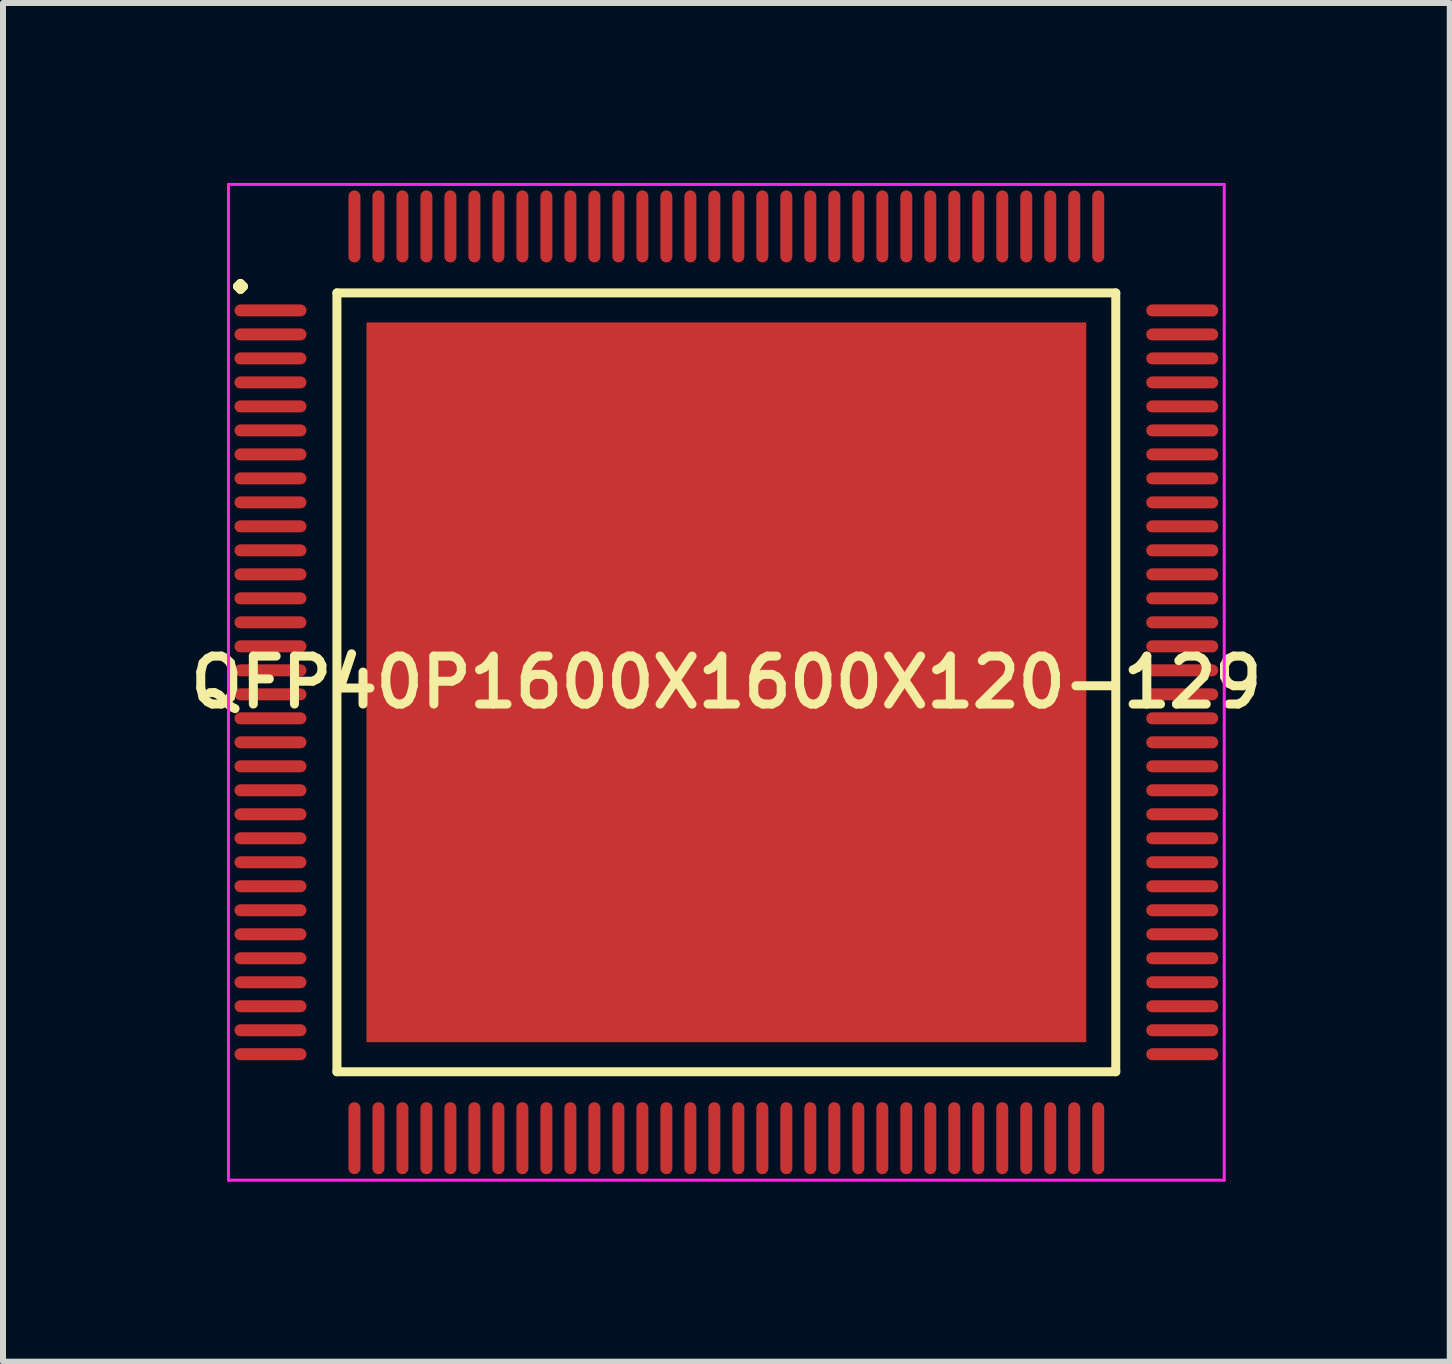
<source format=kicad_pcb>
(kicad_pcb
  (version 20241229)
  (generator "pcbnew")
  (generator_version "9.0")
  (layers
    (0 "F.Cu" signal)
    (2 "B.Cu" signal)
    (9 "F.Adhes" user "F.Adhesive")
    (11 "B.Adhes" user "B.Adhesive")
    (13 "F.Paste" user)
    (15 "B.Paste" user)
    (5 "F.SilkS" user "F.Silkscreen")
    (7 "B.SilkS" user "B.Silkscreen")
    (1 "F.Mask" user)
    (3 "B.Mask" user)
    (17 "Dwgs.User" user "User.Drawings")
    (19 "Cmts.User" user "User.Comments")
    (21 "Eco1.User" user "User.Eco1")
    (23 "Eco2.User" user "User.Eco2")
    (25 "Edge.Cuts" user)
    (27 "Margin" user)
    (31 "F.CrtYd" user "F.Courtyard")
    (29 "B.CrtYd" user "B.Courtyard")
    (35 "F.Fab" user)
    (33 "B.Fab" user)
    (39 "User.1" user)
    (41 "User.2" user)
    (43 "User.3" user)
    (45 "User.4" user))
  (footprint "QFP40P1600X1600X120-129"
    (layer "F.Cu")
    (at 9.059 8.325)
    (property "Reference" "QFP40P1600X1600X120-129" (at 0 0 0) (layer "F.SilkS") (effects (font (size 0.8 0.8) (thickness 0.15))))
    (attr smd)
    (fp_line (start -8.15 -6.6) (end -8.1 -6.65) (stroke (width 0.15) (type solid)) (layer "F.SilkS"))
    (fp_line (start -8.1 -6.65) (end -8.05 -6.6) (stroke (width 0.15) (type solid)) (layer "F.SilkS"))
    (fp_line (start -8.1 -6.55) (end -8.15 -6.6) (stroke (width 0.15) (type solid)) (layer "F.SilkS"))
    (fp_line (start -8.05 -6.6) (end -8.1 -6.55) (stroke (width 0.15) (type solid)) (layer "F.SilkS"))
    (fp_line (start -6.492 -6.492) (end -6.492 6.492) (stroke (width 0.15) (type solid)) (layer "F.SilkS"))
    (fp_line (start -6.492 6.492) (end 6.492 6.492) (stroke (width 0.15) (type solid)) (layer "F.SilkS"))
    (fp_line (start 6.492 -6.492) (end -6.492 -6.492) (stroke (width 0.15) (type solid)) (layer "F.SilkS"))
    (fp_line (start 6.492 6.492) (end 6.492 -6.492) (stroke (width 0.15) (type solid)) (layer "F.SilkS"))
    (fp_line (start -8.3 -8.3) (end 8.3 -8.3) (stroke (width 0.05) (type solid)) (layer "F.CrtYd"))
    (fp_line (start -8.3 8.3) (end -8.3 -8.3) (stroke (width 0.05) (type solid)) (layer "F.CrtYd"))
    (fp_line (start 8.3 -8.3) (end 8.3 8.3) (stroke (width 0.05) (type solid)) (layer "F.CrtYd"))
    (fp_line (start 8.3 8.3) (end -8.3 8.3) (stroke (width 0.05) (type solid)) (layer "F.CrtYd"))
    (pad "1" smd oval (at -7.6 -6.2) (size 1.2 0.2) (layers "F.Cu" "F.Mask" "F.Paste"))
    (pad "2" smd oval (at -7.6 -5.8) (size 1.2 0.2) (layers "F.Cu" "F.Mask" "F.Paste"))
    (pad "3" smd oval (at -7.6 -5.4) (size 1.2 0.2) (layers "F.Cu" "F.Mask" "F.Paste"))
    (pad "4" smd oval (at -7.6 -5) (size 1.2 0.2) (layers "F.Cu" "F.Mask" "F.Paste"))
    (pad "5" smd oval (at -7.6 -4.6) (size 1.2 0.2) (layers "F.Cu" "F.Mask" "F.Paste"))
    (pad "6" smd oval (at -7.6 -4.2) (size 1.2 0.2) (layers "F.Cu" "F.Mask" "F.Paste"))
    (pad "7" smd oval (at -7.6 -3.8) (size 1.2 0.2) (layers "F.Cu" "F.Mask" "F.Paste"))
    (pad "8" smd oval (at -7.6 -3.4) (size 1.2 0.2) (layers "F.Cu" "F.Mask" "F.Paste"))
    (pad "9" smd oval (at -7.6 -3) (size 1.2 0.2) (layers "F.Cu" "F.Mask" "F.Paste"))
    (pad "10" smd oval (at -7.6 -2.6) (size 1.2 0.2) (layers "F.Cu" "F.Mask" "F.Paste"))
    (pad "11" smd oval (at -7.6 -2.2) (size 1.2 0.2) (layers "F.Cu" "F.Mask" "F.Paste"))
    (pad "12" smd oval (at -7.6 -1.8) (size 1.2 0.2) (layers "F.Cu" "F.Mask" "F.Paste"))
    (pad "13" smd oval (at -7.6 -1.4) (size 1.2 0.2) (layers "F.Cu" "F.Mask" "F.Paste"))
    (pad "14" smd oval (at -7.6 -1) (size 1.2 0.2) (layers "F.Cu" "F.Mask" "F.Paste"))
    (pad "15" smd oval (at -7.6 -0.6) (size 1.2 0.2) (layers "F.Cu" "F.Mask" "F.Paste"))
    (pad "16" smd oval (at -7.6 -0.2) (size 1.2 0.2) (layers "F.Cu" "F.Mask" "F.Paste"))
    (pad "17" smd oval (at -7.6 0.2) (size 1.2 0.2) (layers "F.Cu" "F.Mask" "F.Paste"))
    (pad "18" smd oval (at -7.6 0.6) (size 1.2 0.2) (layers "F.Cu" "F.Mask" "F.Paste"))
    (pad "19" smd oval (at -7.6 1) (size 1.2 0.2) (layers "F.Cu" "F.Mask" "F.Paste"))
    (pad "20" smd oval (at -7.6 1.4) (size 1.2 0.2) (layers "F.Cu" "F.Mask" "F.Paste"))
    (pad "21" smd oval (at -7.6 1.8) (size 1.2 0.2) (layers "F.Cu" "F.Mask" "F.Paste"))
    (pad "22" smd oval (at -7.6 2.2) (size 1.2 0.2) (layers "F.Cu" "F.Mask" "F.Paste"))
    (pad "23" smd oval (at -7.6 2.6) (size 1.2 0.2) (layers "F.Cu" "F.Mask" "F.Paste"))
    (pad "24" smd oval (at -7.6 3) (size 1.2 0.2) (layers "F.Cu" "F.Mask" "F.Paste"))
    (pad "25" smd oval (at -7.6 3.4) (size 1.2 0.2) (layers "F.Cu" "F.Mask" "F.Paste"))
    (pad "26" smd oval (at -7.6 3.8) (size 1.2 0.2) (layers "F.Cu" "F.Mask" "F.Paste"))
    (pad "27" smd oval (at -7.6 4.2) (size 1.2 0.2) (layers "F.Cu" "F.Mask" "F.Paste"))
    (pad "28" smd oval (at -7.6 4.6) (size 1.2 0.2) (layers "F.Cu" "F.Mask" "F.Paste"))
    (pad "29" smd oval (at -7.6 5) (size 1.2 0.2) (layers "F.Cu" "F.Mask" "F.Paste"))
    (pad "30" smd oval (at -7.6 5.4) (size 1.2 0.2) (layers "F.Cu" "F.Mask" "F.Paste"))
    (pad "31" smd oval (at -7.6 5.8) (size 1.2 0.2) (layers "F.Cu" "F.Mask" "F.Paste"))
    (pad "32" smd oval (at -7.6 6.2) (size 1.2 0.2) (layers "F.Cu" "F.Mask" "F.Paste"))
    (pad "33" smd oval (at -6.2 7.6) (size 0.2 1.2) (layers "F.Cu" "F.Mask" "F.Paste"))
    (pad "34" smd oval (at -5.8 7.6) (size 0.2 1.2) (layers "F.Cu" "F.Mask" "F.Paste"))
    (pad "35" smd oval (at -5.4 7.6) (size 0.2 1.2) (layers "F.Cu" "F.Mask" "F.Paste"))
    (pad "36" smd oval (at -5 7.6) (size 0.2 1.2) (layers "F.Cu" "F.Mask" "F.Paste"))
    (pad "37" smd oval (at -4.6 7.6) (size 0.2 1.2) (layers "F.Cu" "F.Mask" "F.Paste"))
    (pad "38" smd oval (at -4.2 7.6) (size 0.2 1.2) (layers "F.Cu" "F.Mask" "F.Paste"))
    (pad "39" smd oval (at -3.8 7.6) (size 0.2 1.2) (layers "F.Cu" "F.Mask" "F.Paste"))
    (pad "40" smd oval (at -3.4 7.6) (size 0.2 1.2) (layers "F.Cu" "F.Mask" "F.Paste"))
    (pad "41" smd oval (at -3 7.6) (size 0.2 1.2) (layers "F.Cu" "F.Mask" "F.Paste"))
    (pad "42" smd oval (at -2.6 7.6) (size 0.2 1.2) (layers "F.Cu" "F.Mask" "F.Paste"))
    (pad "43" smd oval (at -2.2 7.6) (size 0.2 1.2) (layers "F.Cu" "F.Mask" "F.Paste"))
    (pad "44" smd oval (at -1.8 7.6) (size 0.2 1.2) (layers "F.Cu" "F.Mask" "F.Paste"))
    (pad "45" smd oval (at -1.4 7.6) (size 0.2 1.2) (layers "F.Cu" "F.Mask" "F.Paste"))
    (pad "46" smd oval (at -1 7.6) (size 0.2 1.2) (layers "F.Cu" "F.Mask" "F.Paste"))
    (pad "47" smd oval (at -0.6 7.6) (size 0.2 1.2) (layers "F.Cu" "F.Mask" "F.Paste"))
    (pad "48" smd oval (at -0.2 7.6) (size 0.2 1.2) (layers "F.Cu" "F.Mask" "F.Paste"))
    (pad "49" smd oval (at 0.2 7.6) (size 0.2 1.2) (layers "F.Cu" "F.Mask" "F.Paste"))
    (pad "50" smd oval (at 0.6 7.6) (size 0.2 1.2) (layers "F.Cu" "F.Mask" "F.Paste"))
    (pad "51" smd oval (at 1 7.6) (size 0.2 1.2) (layers "F.Cu" "F.Mask" "F.Paste"))
    (pad "52" smd oval (at 1.4 7.6) (size 0.2 1.2) (layers "F.Cu" "F.Mask" "F.Paste"))
    (pad "53" smd oval (at 1.8 7.6) (size 0.2 1.2) (layers "F.Cu" "F.Mask" "F.Paste"))
    (pad "54" smd oval (at 2.2 7.6) (size 0.2 1.2) (layers "F.Cu" "F.Mask" "F.Paste"))
    (pad "55" smd oval (at 2.6 7.6) (size 0.2 1.2) (layers "F.Cu" "F.Mask" "F.Paste"))
    (pad "56" smd oval (at 3 7.6) (size 0.2 1.2) (layers "F.Cu" "F.Mask" "F.Paste"))
    (pad "57" smd oval (at 3.4 7.6) (size 0.2 1.2) (layers "F.Cu" "F.Mask" "F.Paste"))
    (pad "58" smd oval (at 3.8 7.6) (size 0.2 1.2) (layers "F.Cu" "F.Mask" "F.Paste"))
    (pad "59" smd oval (at 4.2 7.6) (size 0.2 1.2) (layers "F.Cu" "F.Mask" "F.Paste"))
    (pad "60" smd oval (at 4.6 7.6) (size 0.2 1.2) (layers "F.Cu" "F.Mask" "F.Paste"))
    (pad "61" smd oval (at 5 7.6) (size 0.2 1.2) (layers "F.Cu" "F.Mask" "F.Paste"))
    (pad "62" smd oval (at 5.4 7.6) (size 0.2 1.2) (layers "F.Cu" "F.Mask" "F.Paste"))
    (pad "63" smd oval (at 5.8 7.6) (size 0.2 1.2) (layers "F.Cu" "F.Mask" "F.Paste"))
    (pad "64" smd oval (at 6.2 7.6) (size 0.2 1.2) (layers "F.Cu" "F.Mask" "F.Paste"))
    (pad "65" smd oval (at 7.6 6.2) (size 1.2 0.2) (layers "F.Cu" "F.Mask" "F.Paste"))
    (pad "66" smd oval (at 7.6 5.8) (size 1.2 0.2) (layers "F.Cu" "F.Mask" "F.Paste"))
    (pad "67" smd oval (at 7.6 5.4) (size 1.2 0.2) (layers "F.Cu" "F.Mask" "F.Paste"))
    (pad "68" smd oval (at 7.6 5) (size 1.2 0.2) (layers "F.Cu" "F.Mask" "F.Paste"))
    (pad "69" smd oval (at 7.6 4.6) (size 1.2 0.2) (layers "F.Cu" "F.Mask" "F.Paste"))
    (pad "70" smd oval (at 7.6 4.2) (size 1.2 0.2) (layers "F.Cu" "F.Mask" "F.Paste"))
    (pad "71" smd oval (at 7.6 3.8) (size 1.2 0.2) (layers "F.Cu" "F.Mask" "F.Paste"))
    (pad "72" smd oval (at 7.6 3.4) (size 1.2 0.2) (layers "F.Cu" "F.Mask" "F.Paste"))
    (pad "73" smd oval (at 7.6 3) (size 1.2 0.2) (layers "F.Cu" "F.Mask" "F.Paste"))
    (pad "74" smd oval (at 7.6 2.6) (size 1.2 0.2) (layers "F.Cu" "F.Mask" "F.Paste"))
    (pad "75" smd oval (at 7.6 2.2) (size 1.2 0.2) (layers "F.Cu" "F.Mask" "F.Paste"))
    (pad "76" smd oval (at 7.6 1.8) (size 1.2 0.2) (layers "F.Cu" "F.Mask" "F.Paste"))
    (pad "77" smd oval (at 7.6 1.4) (size 1.2 0.2) (layers "F.Cu" "F.Mask" "F.Paste"))
    (pad "78" smd oval (at 7.6 1) (size 1.2 0.2) (layers "F.Cu" "F.Mask" "F.Paste"))
    (pad "79" smd oval (at 7.6 0.6) (size 1.2 0.2) (layers "F.Cu" "F.Mask" "F.Paste"))
    (pad "80" smd oval (at 7.6 0.2) (size 1.2 0.2) (layers "F.Cu" "F.Mask" "F.Paste"))
    (pad "81" smd oval (at 7.6 -0.2) (size 1.2 0.2) (layers "F.Cu" "F.Mask" "F.Paste"))
    (pad "82" smd oval (at 7.6 -0.6) (size 1.2 0.2) (layers "F.Cu" "F.Mask" "F.Paste"))
    (pad "83" smd oval (at 7.6 -1) (size 1.2 0.2) (layers "F.Cu" "F.Mask" "F.Paste"))
    (pad "84" smd oval (at 7.6 -1.4) (size 1.2 0.2) (layers "F.Cu" "F.Mask" "F.Paste"))
    (pad "85" smd oval (at 7.6 -1.8) (size 1.2 0.2) (layers "F.Cu" "F.Mask" "F.Paste"))
    (pad "86" smd oval (at 7.6 -2.2) (size 1.2 0.2) (layers "F.Cu" "F.Mask" "F.Paste"))
    (pad "87" smd oval (at 7.6 -2.6) (size 1.2 0.2) (layers "F.Cu" "F.Mask" "F.Paste"))
    (pad "88" smd oval (at 7.6 -3) (size 1.2 0.2) (layers "F.Cu" "F.Mask" "F.Paste"))
    (pad "89" smd oval (at 7.6 -3.4) (size 1.2 0.2) (layers "F.Cu" "F.Mask" "F.Paste"))
    (pad "90" smd oval (at 7.6 -3.8) (size 1.2 0.2) (layers "F.Cu" "F.Mask" "F.Paste"))
    (pad "91" smd oval (at 7.6 -4.2) (size 1.2 0.2) (layers "F.Cu" "F.Mask" "F.Paste"))
    (pad "92" smd oval (at 7.6 -4.6) (size 1.2 0.2) (layers "F.Cu" "F.Mask" "F.Paste"))
    (pad "93" smd oval (at 7.6 -5) (size 1.2 0.2) (layers "F.Cu" "F.Mask" "F.Paste"))
    (pad "94" smd oval (at 7.6 -5.4) (size 1.2 0.2) (layers "F.Cu" "F.Mask" "F.Paste"))
    (pad "95" smd oval (at 7.6 -5.8) (size 1.2 0.2) (layers "F.Cu" "F.Mask" "F.Paste"))
    (pad "96" smd oval (at 7.6 -6.2) (size 1.2 0.2) (layers "F.Cu" "F.Mask" "F.Paste"))
    (pad "97" smd oval (at 6.2 -7.6) (size 0.2 1.2) (layers "F.Cu" "F.Mask" "F.Paste"))
    (pad "98" smd oval (at 5.8 -7.6) (size 0.2 1.2) (layers "F.Cu" "F.Mask" "F.Paste"))
    (pad "99" smd oval (at 5.4 -7.6) (size 0.2 1.2) (layers "F.Cu" "F.Mask" "F.Paste"))
    (pad "100" smd oval (at 5 -7.6) (size 0.2 1.2) (layers "F.Cu" "F.Mask" "F.Paste"))
    (pad "101" smd oval (at 4.6 -7.6) (size 0.2 1.2) (layers "F.Cu" "F.Mask" "F.Paste"))
    (pad "102" smd oval (at 4.2 -7.6) (size 0.2 1.2) (layers "F.Cu" "F.Mask" "F.Paste"))
    (pad "103" smd oval (at 3.8 -7.6) (size 0.2 1.2) (layers "F.Cu" "F.Mask" "F.Paste"))
    (pad "104" smd oval (at 3.4 -7.6) (size 0.2 1.2) (layers "F.Cu" "F.Mask" "F.Paste"))
    (pad "105" smd oval (at 3 -7.6) (size 0.2 1.2) (layers "F.Cu" "F.Mask" "F.Paste"))
    (pad "106" smd oval (at 2.6 -7.6) (size 0.2 1.2) (layers "F.Cu" "F.Mask" "F.Paste"))
    (pad "107" smd oval (at 2.2 -7.6) (size 0.2 1.2) (layers "F.Cu" "F.Mask" "F.Paste"))
    (pad "108" smd oval (at 1.8 -7.6) (size 0.2 1.2) (layers "F.Cu" "F.Mask" "F.Paste"))
    (pad "109" smd oval (at 1.4 -7.6) (size 0.2 1.2) (layers "F.Cu" "F.Mask" "F.Paste"))
    (pad "110" smd oval (at 1 -7.6) (size 0.2 1.2) (layers "F.Cu" "F.Mask" "F.Paste"))
    (pad "111" smd oval (at 0.6 -7.6) (size 0.2 1.2) (layers "F.Cu" "F.Mask" "F.Paste"))
    (pad "112" smd oval (at 0.2 -7.6) (size 0.2 1.2) (layers "F.Cu" "F.Mask" "F.Paste"))
    (pad "113" smd oval (at -0.2 -7.6) (size 0.2 1.2) (layers "F.Cu" "F.Mask" "F.Paste"))
    (pad "114" smd oval (at -0.6 -7.6) (size 0.2 1.2) (layers "F.Cu" "F.Mask" "F.Paste"))
    (pad "115" smd oval (at -1 -7.6) (size 0.2 1.2) (layers "F.Cu" "F.Mask" "F.Paste"))
    (pad "116" smd oval (at -1.4 -7.6) (size 0.2 1.2) (layers "F.Cu" "F.Mask" "F.Paste"))
    (pad "117" smd oval (at -1.8 -7.6) (size 0.2 1.2) (layers "F.Cu" "F.Mask" "F.Paste"))
    (pad "118" smd oval (at -2.2 -7.6) (size 0.2 1.2) (layers "F.Cu" "F.Mask" "F.Paste"))
    (pad "119" smd oval (at -2.6 -7.6) (size 0.2 1.2) (layers "F.Cu" "F.Mask" "F.Paste"))
    (pad "120" smd oval (at -3 -7.6) (size 0.2 1.2) (layers "F.Cu" "F.Mask" "F.Paste"))
    (pad "121" smd oval (at -3.4 -7.6) (size 0.2 1.2) (layers "F.Cu" "F.Mask" "F.Paste"))
    (pad "122" smd oval (at -3.8 -7.6) (size 0.2 1.2) (layers "F.Cu" "F.Mask" "F.Paste"))
    (pad "123" smd oval (at -4.2 -7.6) (size 0.2 1.2) (layers "F.Cu" "F.Mask" "F.Paste"))
    (pad "124" smd oval (at -4.6 -7.6) (size 0.2 1.2) (layers "F.Cu" "F.Mask" "F.Paste"))
    (pad "125" smd oval (at -5 -7.6) (size 0.2 1.2) (layers "F.Cu" "F.Mask" "F.Paste"))
    (pad "126" smd oval (at -5.4 -7.6) (size 0.2 1.2) (layers "F.Cu" "F.Mask" "F.Paste"))
    (pad "127" smd oval (at -5.8 -7.6) (size 0.2 1.2) (layers "F.Cu" "F.Mask" "F.Paste"))
    (pad "128" smd oval (at -6.2 -7.6) (size 0.2 1.2) (layers "F.Cu" "F.Mask" "F.Paste"))
    (pad "129" smd rect (at 0 0) (size 12 12) (layers "F.Cu" "F.Mask" "F.Paste")))
  (gr_rect
    (start -3 -3)
    (end 21.119 19.65)
    (stroke (width 0.1) (type default))
    (fill no)
    (layer "Edge.Cuts")))
</source>
